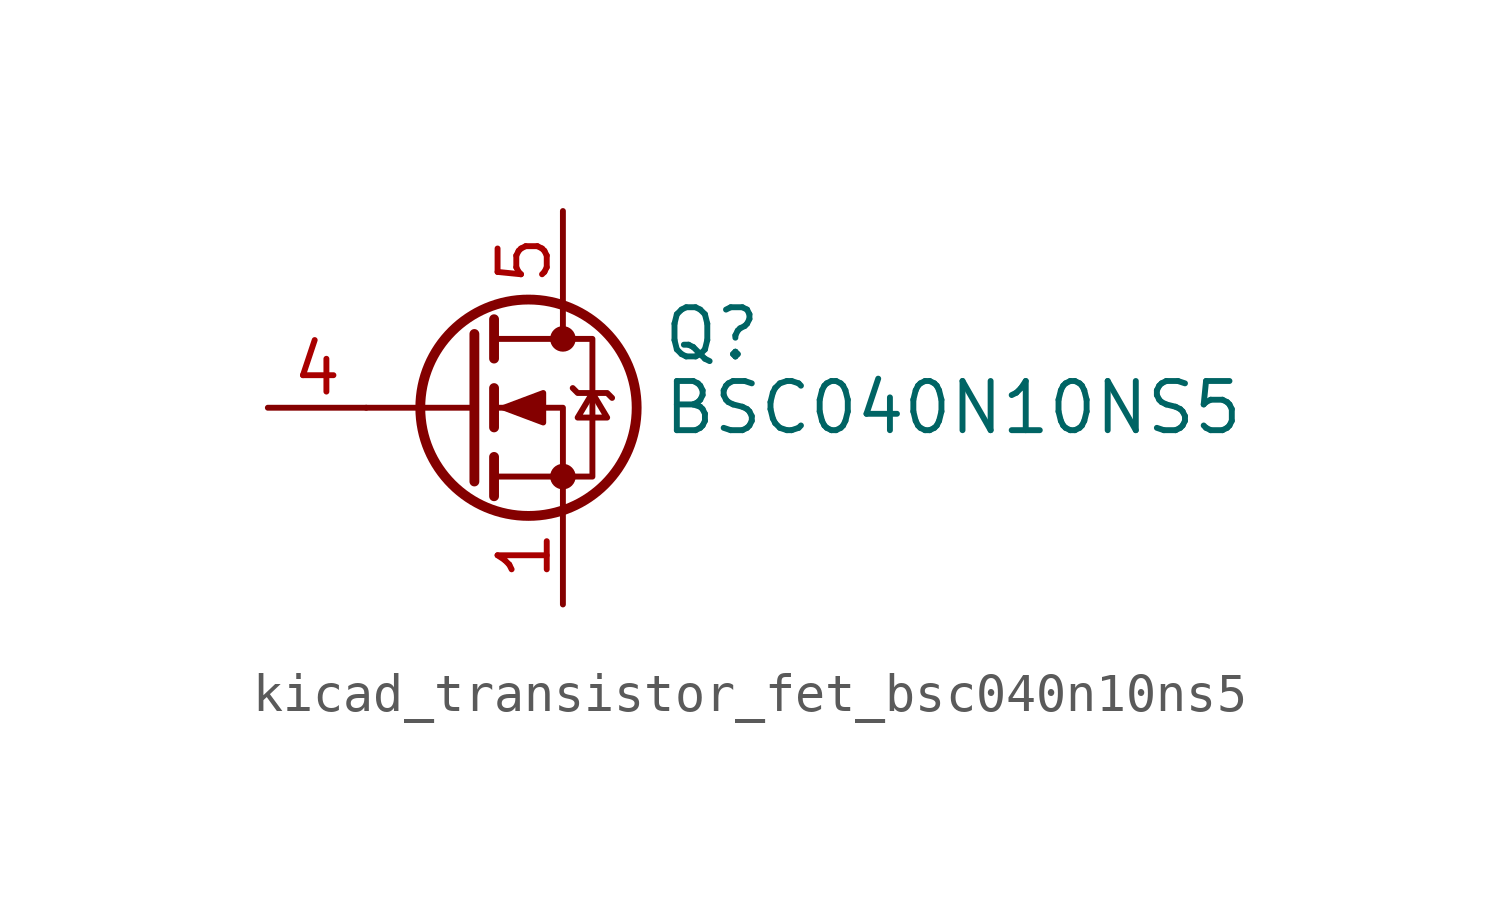
<source format=kicad_sym>
(kicad_symbol_lib
  (version 20220914)
  (generator kicad_symbol_editor)
  (symbol "kicad_transistor_fet_bsc040n10ns5"
    (pin_names hide)
    (property "Reference" "Q"
      (at 5.08 1.905 0)
      (effects (font (size 1.27 1.27)) (justify left)))
    (property "Value" "BSC040N10NS5"
      (at 5.08 0 0)
      (effects (font (size 1.27 1.27)) (justify left)))
    (symbol "kicad_transistor_fet_bsc040n10ns5_0_1"
      (polyline (pts (xy 0.254 0) (xy -2.54 0)) (stroke (width 0) (type default)) (fill (type none)))
      (polyline (pts (xy 0.254 1.905) (xy 0.254 -1.905)) (stroke (width 0.254) (type default)) (fill (type none)))
      (polyline (pts (xy 0.762 -1.27) (xy 0.762 -2.286)) (stroke (width 0.254) (type default)) (fill (type none)))
      (polyline (pts (xy 0.762 0.508) (xy 0.762 -0.508)) (stroke (width 0.254) (type default)) (fill (type none)))
      (polyline (pts (xy 0.762 2.286) (xy 0.762 1.27)) (stroke (width 0.254) (type default)) (fill (type none)))
      (polyline (pts (xy 2.54 2.54) (xy 2.54 1.778)) (stroke (width 0) (type default)) (fill (type none)))
      (polyline (pts (xy 2.54 -2.54) (xy 2.54 0) (xy 0.762 0)) (stroke (width 0) (type default)) (fill (type none)))
      (polyline (pts (xy 0.762 -1.778) (xy 3.302 -1.778) (xy 3.302 1.778) (xy 0.762 1.778)) (stroke (width 0) (type default)) (fill (type none)))
      (polyline (pts (xy 1.016 0) (xy 2.032 0.381) (xy 2.032 -0.381) (xy 1.016 0)) (stroke (width 0) (type default)) (fill (type outline)))
      (polyline (pts (xy 2.794 0.508) (xy 2.921 0.381) (xy 3.683 0.381) (xy 3.81 0.254)) (stroke (width 0) (type default)) (fill (type none)))
      (polyline (pts (xy 3.302 0.381) (xy 2.921 -0.254) (xy 3.683 -0.254) (xy 3.302 0.381)) (stroke (width 0) (type default)) (fill (type none)))
      (circle (center 1.651 0) (radius 2.794) (stroke (width 0.254) (type default)) (fill (type none)))
      (circle (center 2.54 -1.778) (radius 0.254) (stroke (width 0) (type default)) (fill (type outline)))
      (circle (center 2.54 1.778) (radius 0.254) (stroke (width 0) (type default)) (fill (type outline))))
    (symbol "kicad_transistor_fet_bsc040n10ns5_1_1"
      (pin passive line (at 2.54 -5.08 90) (length 2.54) (name "S" (effects (font (size 1.27 1.27)))) (number "1" (effects (font (size 1.27 1.27)))))
      (pin passive line (at 2.54 -5.08 90) (length 2.54) hide (name "S" (effects (font (size 1.27 1.27)))) (number "2" (effects (font (size 1.27 1.27)))))
      (pin passive line (at 2.54 -5.08 90) (length 2.54) hide (name "S" (effects (font (size 1.27 1.27)))) (number "3" (effects (font (size 1.27 1.27)))))
      (pin passive line (at -5.08 0 0) (length 2.54) (name "G" (effects (font (size 1.27 1.27)))) (number "4" (effects (font (size 1.27 1.27)))))
      (pin passive line (at 2.54 5.08 270) (length 2.54) (name "D" (effects (font (size 1.27 1.27)))) (number "5" (effects (font (size 1.27 1.27))))))))
</source>
